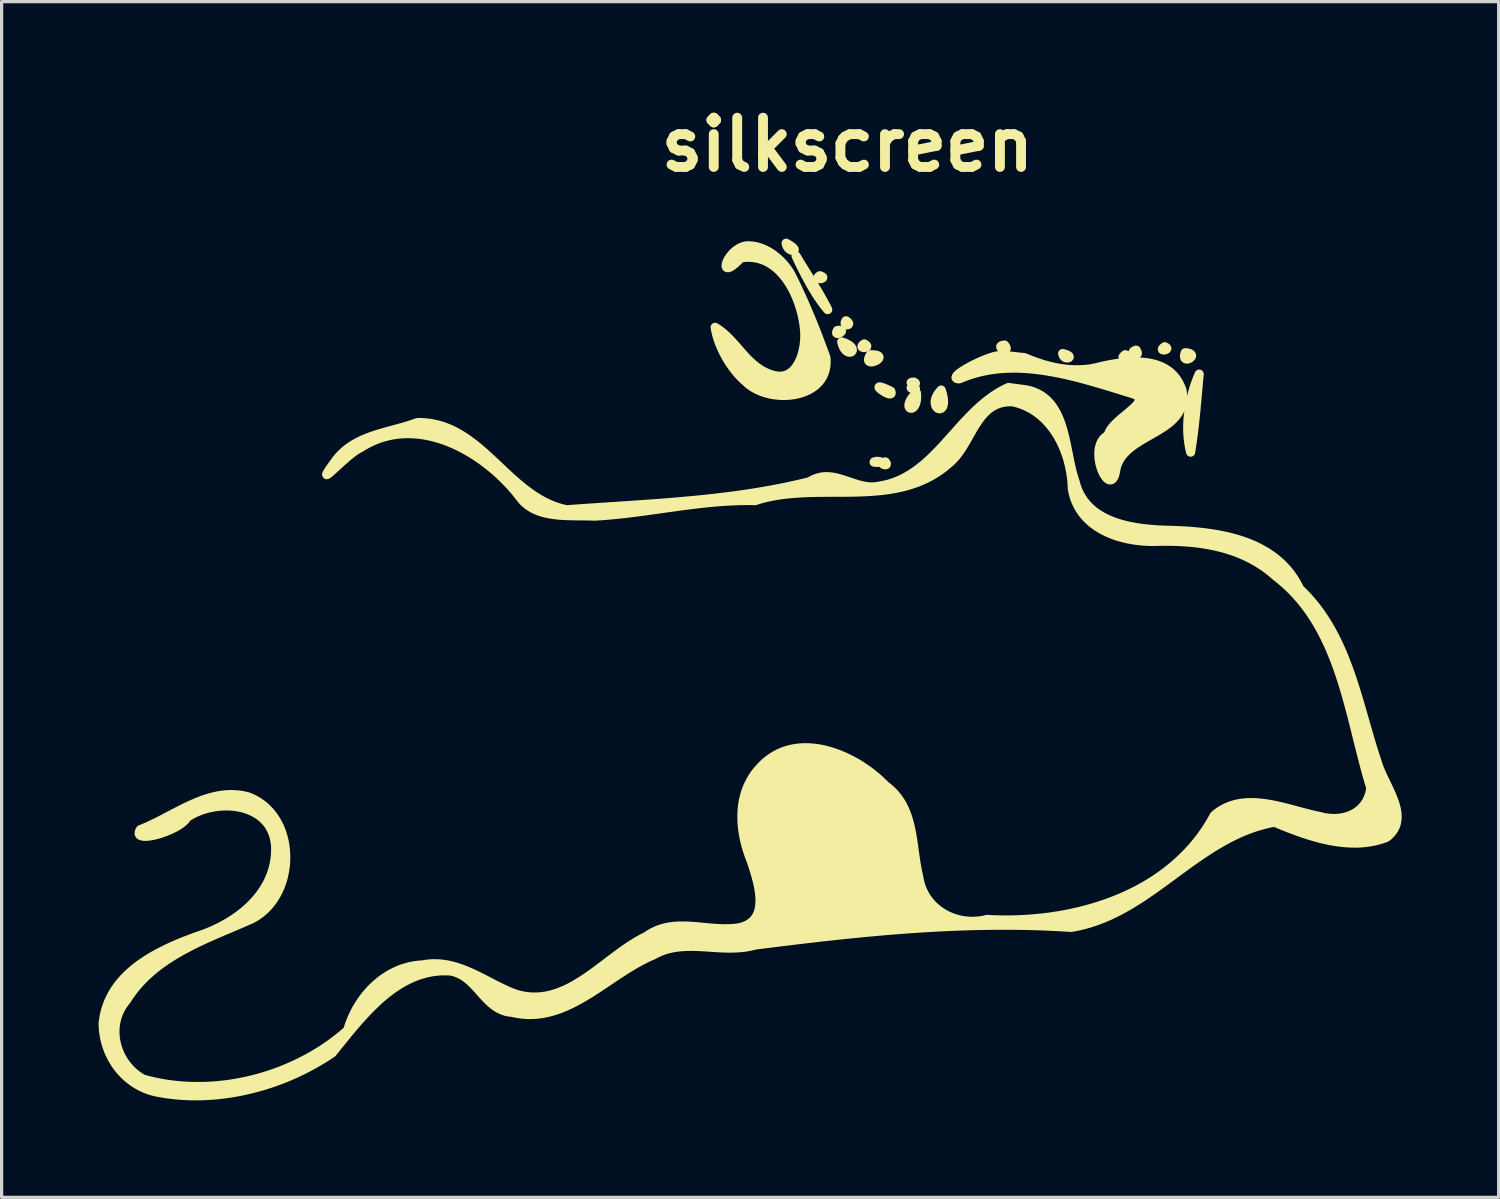
<source format=kicad_pcb>
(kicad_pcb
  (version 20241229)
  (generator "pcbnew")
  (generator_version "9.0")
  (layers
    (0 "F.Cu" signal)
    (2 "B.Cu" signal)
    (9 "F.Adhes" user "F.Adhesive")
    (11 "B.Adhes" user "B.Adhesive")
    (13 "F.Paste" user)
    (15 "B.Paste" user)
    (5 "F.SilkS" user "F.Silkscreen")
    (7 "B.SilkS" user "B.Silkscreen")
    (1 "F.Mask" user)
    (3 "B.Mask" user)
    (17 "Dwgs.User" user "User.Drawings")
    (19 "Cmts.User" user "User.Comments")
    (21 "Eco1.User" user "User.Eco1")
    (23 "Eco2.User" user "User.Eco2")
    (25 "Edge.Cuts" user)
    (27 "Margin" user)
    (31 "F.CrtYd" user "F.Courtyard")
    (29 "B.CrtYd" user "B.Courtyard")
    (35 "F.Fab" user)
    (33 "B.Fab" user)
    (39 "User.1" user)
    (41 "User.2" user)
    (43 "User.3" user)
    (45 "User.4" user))
  (footprint "silkscreen"
    (layer "F.Cu")
    (at 23.168 21.115)
    (property "Reference" "silkscreen" (at 0 -19.689 0) (layer "F.SilkS") (effects (font (size 1.524 1.524) (thickness 0.305))))
    (attr smd)
    (fp_poly (pts (xy -1.898 -16.641) (xy -3.035 -16.561) (xy -3.104 -16.56) (xy -3.171 -16.55) (xy -3.235 -16.533) (xy -3.296 -16.509) (xy -3.355 -16.478) (xy -3.411 -16.443) (xy -3.464 -16.404) (xy -3.512 -16.361) (xy -3.558 -16.316) (xy -3.599 -16.268) (xy -3.636 -16.221) (xy -3.668 -16.173) (xy -3.696 -16.126) (xy -3.718 -16.08) (xy -3.736 -16.038) (xy -3.748 -15.998) (xy -3.754 -15.963) (xy -3.755 -15.934) (xy -3.749 -15.91) (xy -3.737 -15.892) (xy -3.718 -15.883) (xy -3.692 -15.882) (xy -3.659 -15.891) (xy -3.619 -15.909) (xy -3.572 -15.939) (xy -3.516 -15.981) (xy -3.452 -16.035) (xy -3.381 -16.103) (xy -3.3 -16.186) (xy -3.197 -16.2) (xy -3.096 -16.206) (xy -2.998 -16.204) (xy -2.903 -16.196) (xy -2.81 -16.18) (xy -2.72 -16.158) (xy -2.633 -16.13) (xy -2.548 -16.096) (xy -2.466 -16.056) (xy -2.387 -16.01) (xy -2.311 -15.96) (xy -2.238 -15.904) (xy -2.167 -15.844) (xy -2.099 -15.78) (xy -2.034 -15.711) (xy -1.971 -15.639) (xy -1.912 -15.563) (xy -1.855 -15.484) (xy -1.801 -15.402) (xy -1.75 -15.317) (xy -1.701 -15.23) (xy -1.656 -15.141) (xy -1.613 -15.05) (xy -1.573 -14.957) (xy -1.536 -14.863) (xy -1.502 -14.768) (xy -1.471 -14.673) (xy -1.442 -14.577) (xy -1.417 -14.481) (xy -1.394 -14.384) (xy -1.374 -14.289) (xy -1.357 -14.194) (xy -1.343 -14.1) (xy -1.332 -14.007) (xy -1.324 -13.915) (xy -1.32 -13.832) (xy -1.32 -13.746) (xy -1.324 -13.656) (xy -1.331 -13.565) (xy -1.343 -13.474) (xy -1.359 -13.381) (xy -1.379 -13.29) (xy -1.403 -13.2) (xy -1.432 -13.112) (xy -1.465 -13.027) (xy -1.503 -12.946) (xy -1.546 -12.87) (xy -1.593 -12.8) (xy -1.646 -12.735) (xy -1.703 -12.678) (xy -1.765 -12.628) (xy -1.833 -12.588) (xy -1.906 -12.557) (xy -1.985 -12.536) (xy -2.069 -12.526) (xy -2.158 -12.529) (xy -2.253 -12.544) (xy -2.354 -12.572) (xy -2.458 -12.609) (xy -2.556 -12.653) (xy -2.649 -12.702) (xy -2.738 -12.757) (xy -2.822 -12.817) (xy -2.902 -12.882) (xy -2.98 -12.95) (xy -3.054 -13.021) (xy -3.127 -13.095) (xy -3.197 -13.171) (xy -3.267 -13.249) (xy -3.336 -13.328) (xy -3.404 -13.406) (xy -3.473 -13.485) (xy -3.543 -13.563) (xy -3.614 -13.64) (xy -3.686 -13.714) (xy -3.761 -13.787) (xy -3.839 -13.856) (xy -3.92 -13.921) (xy -4.005 -13.982) (xy -4.094 -14.039) (xy -4.077 -13.942) (xy -4.054 -13.844) (xy -4.027 -13.743) (xy -3.994 -13.642) (xy -3.957 -13.54) (xy -3.916 -13.438) (xy -3.87 -13.337) (xy -3.82 -13.236) (xy -3.766 -13.136) (xy -3.709 -13.037) (xy -3.648 -12.941) (xy -3.585 -12.847) (xy -3.518 -12.757) (xy -3.449 -12.669) (xy -3.377 -12.586) (xy -3.303 -12.507) (xy -3.227 -12.432) (xy -3.15 -12.363) (xy -3.089 -12.306) (xy -3.024 -12.254) (xy -2.955 -12.205) (xy -2.883 -12.16) (xy -2.807 -12.119) (xy -2.728 -12.082) (xy -2.646 -12.049) (xy -2.562 -12.02) (xy -2.475 -11.995) (xy -2.388 -11.974) (xy -2.299 -11.957) (xy -2.209 -11.945) (xy -2.118 -11.936) (xy -2.027 -11.931) (xy -1.936 -11.931) (xy -1.846 -11.934) (xy -1.756 -11.942) (xy -1.668 -11.954) (xy -1.581 -11.971) (xy -1.495 -11.991) (xy -1.412 -12.016) (xy -1.332 -12.045) (xy -1.254 -12.078) (xy -1.179 -12.116) (xy -1.109 -12.158) (xy -1.041 -12.204) (xy -0.979 -12.255) (xy -0.92 -12.31) (xy -0.867 -12.369) (xy -0.819 -12.433) (xy -0.777 -12.501) (xy -0.74 -12.574) (xy -0.71 -12.651) (xy -0.687 -12.733) (xy -0.671 -12.819) (xy -0.662 -12.91) (xy -0.66 -13.006) (xy -0.667 -13.106) (xy -0.704 -13.208) (xy -0.741 -13.31) (xy -0.779 -13.413) (xy -0.818 -13.516) (xy -0.857 -13.619) (xy -0.896 -13.723) (xy -0.937 -13.827) (xy -0.977 -13.931) (xy -1.018 -14.035) (xy -1.06 -14.139) (xy -1.102 -14.243) (xy -1.145 -14.347) (xy -1.189 -14.451) (xy -1.233 -14.555) (xy -1.277 -14.658) (xy -1.322 -14.762) (xy -1.367 -14.865) (xy -1.413 -14.968) (xy -1.46 -15.07) (xy -1.507 -15.172) (xy -1.555 -15.274) (xy -1.603 -15.375) (xy -1.651 -15.475) (xy -1.7 -15.575) (xy -1.75 -15.674) (xy -1.801 -15.759) (xy -1.857 -15.842) (xy -1.918 -15.923) (xy -1.984 -16.001) (xy -2.054 -16.076) (xy -2.129 -16.148) (xy -2.207 -16.216) (xy -2.288 -16.279) (xy -2.373 -16.337) (xy -2.461 -16.39) (xy -2.551 -16.437) (xy -2.644 -16.477) (xy -2.739 -16.51) (xy -2.836 -16.535) (xy -2.935 -16.552) (xy -3.035 -16.561) (xy -1.898 -16.641) (xy 4.858 -13.492) (xy 4.792 -13.479) (xy 4.754 -13.462) (xy 4.74 -13.441) (xy 4.746 -13.418) (xy 4.766 -13.397) (xy 4.795 -13.378) (xy 4.829 -13.364) (xy 4.862 -13.357) (xy 4.891 -13.359) (xy 4.909 -13.371) (xy 4.913 -13.396) (xy 4.898 -13.436) (xy 4.858 -13.492) (xy -1.898 -16.641) (xy 9.815 -13.439) (xy 9.76 -13.395) (xy 9.741 -13.364) (xy 9.748 -13.345) (xy 9.774 -13.338) (xy 9.809 -13.339) (xy 9.844 -13.349) (xy 9.871 -13.365) (xy 9.881 -13.387) (xy 9.865 -13.412) (xy 9.815 -13.439) (xy -1.898 -16.641) (xy 8.933 -13.333) (xy 8.868 -13.308) (xy 8.84 -13.279) (xy 8.838 -13.25) (xy 8.857 -13.224) (xy 8.887 -13.205) (xy 8.921 -13.197) (xy 8.95 -13.202) (xy 8.968 -13.224) (xy 8.964 -13.266) (xy 8.933 -13.333) (xy -1.898 -16.641) (xy 10.426 -13.129) (xy 10.436 -13.091) (xy 10.457 -13.068) (xy 10.484 -13.056) (xy 10.517 -13.056) (xy 10.551 -13.064) (xy 10.584 -13.08) (xy 10.612 -13.101) (xy 10.634 -13.125) (xy 10.645 -13.152) (xy 10.644 -13.179) (xy 10.627 -13.204) (xy 10.59 -13.226) (xy 10.532 -13.244) (xy 10.45 -13.254) (xy 10.43 -13.183) (xy 10.426 -13.129) (xy -1.898 -16.641) (xy 6.657 -13.227) (xy 6.675 -13.168) (xy 6.706 -13.126) (xy 6.744 -13.101) (xy 6.784 -13.09) (xy 6.821 -13.092) (xy 6.848 -13.102) (xy 6.861 -13.121) (xy 6.854 -13.145) (xy 6.821 -13.172) (xy 6.757 -13.2) (xy 6.657 -13.227) (xy -1.898 -16.641) (xy 8.598 -13.192) (xy 8.544 -13.149) (xy 8.525 -13.121) (xy 8.533 -13.104) (xy 8.559 -13.098) (xy 8.594 -13.101) (xy 8.63 -13.111) (xy 8.656 -13.127) (xy 8.666 -13.147) (xy 8.649 -13.169) (xy 8.598 -13.192) (xy -1.898 -16.641) (xy 4.726 -13.166) (xy 4.667 -13.161) (xy 4.598 -13.149) (xy 4.52 -13.129) (xy 4.435 -13.103) (xy 4.344 -13.071) (xy 4.249 -13.035) (xy 4.152 -12.994) (xy 4.054 -12.951) (xy 3.956 -12.905) (xy 3.86 -12.857) (xy 3.769 -12.808) (xy 3.682 -12.759) (xy 3.602 -12.711) (xy 3.531 -12.665) (xy 3.47 -12.621) (xy 3.421 -12.58) (xy 3.385 -12.542) (xy 3.363 -12.51) (xy 3.358 -12.483) (xy 3.371 -12.462) (xy 3.403 -12.448) (xy 3.456 -12.443) (xy 3.557 -12.485) (xy 3.659 -12.525) (xy 3.761 -12.561) (xy 3.864 -12.594) (xy 3.967 -12.624) (xy 4.07 -12.651) (xy 4.174 -12.676) (xy 4.278 -12.697) (xy 4.383 -12.716) (xy 4.487 -12.732) (xy 4.593 -12.745) (xy 4.698 -12.756) (xy 4.804 -12.765) (xy 4.909 -12.771) (xy 5.016 -12.775) (xy 5.122 -12.776) (xy 5.228 -12.776) (xy 5.335 -12.773) (xy 5.442 -12.768) (xy 5.548 -12.762) (xy 5.655 -12.753) (xy 5.762 -12.743) (xy 5.869 -12.731) (xy 5.976 -12.717) (xy 6.083 -12.702) (xy 6.19 -12.685) (xy 6.297 -12.667) (xy 6.404 -12.648) (xy 6.511 -12.627) (xy 6.618 -12.605) (xy 6.725 -12.582) (xy 6.831 -12.558) (xy 6.938 -12.533) (xy 7.044 -12.506) (xy 7.15 -12.48) (xy 7.255 -12.452) (xy 7.361 -12.423) (xy 7.466 -12.394) (xy 7.571 -12.365) (xy 7.676 -12.335) (xy 7.78 -12.304) (xy 7.884 -12.273) (xy 7.988 -12.242) (xy 8.091 -12.211) (xy 8.193 -12.18) (xy 8.296 -12.148) (xy 8.398 -12.117) (xy 8.499 -12.085) (xy 8.6 -12.054) (xy 8.701 -12.023) (xy 8.8 -11.993) (xy 8.881 -11.966) (xy 8.943 -11.936) (xy 8.989 -11.903) (xy 9.018 -11.868) (xy 9.032 -11.83) (xy 9.033 -11.79) (xy 9.021 -11.748) (xy 8.999 -11.703) (xy 8.966 -11.657) (xy 8.925 -11.609) (xy 8.876 -11.559) (xy 8.821 -11.508) (xy 8.761 -11.455) (xy 8.697 -11.401) (xy 8.631 -11.346) (xy 8.563 -11.29) (xy 8.494 -11.233) (xy 8.427 -11.175) (xy 8.362 -11.117) (xy 8.3 -11.058) (xy 8.243 -10.998) (xy 8.192 -10.938) (xy 8.148 -10.879) (xy 8.112 -10.819) (xy 8.085 -10.759) (xy 8.069 -10.7) (xy 8.008 -10.663) (xy 7.954 -10.62) (xy 7.909 -10.57) (xy 7.87 -10.514) (xy 7.839 -10.454) (xy 7.815 -10.389) (xy 7.797 -10.321) (xy 7.784 -10.25) (xy 7.778 -10.178) (xy 7.776 -10.103) (xy 7.779 -10.029) (xy 7.787 -9.954) (xy 7.799 -9.88) (xy 7.814 -9.808) (xy 7.833 -9.738) (xy 7.855 -9.671) (xy 7.879 -9.607) (xy 7.905 -9.548) (xy 7.934 -9.494) (xy 7.963 -9.446) (xy 7.994 -9.404) (xy 8.025 -9.37) (xy 8.057 -9.343) (xy 8.089 -9.326) (xy 8.12 -9.317) (xy 8.15 -9.319) (xy 8.179 -9.332) (xy 8.207 -9.356) (xy 8.232 -9.392) (xy 8.256 -9.441) (xy 8.276 -9.504) (xy 8.294 -9.581) (xy 8.308 -9.663) (xy 8.328 -9.742) (xy 8.354 -9.816) (xy 8.386 -9.887) (xy 8.422 -9.954) (xy 8.464 -10.019) (xy 8.51 -10.08) (xy 8.56 -10.139) (xy 8.614 -10.195) (xy 8.671 -10.249) (xy 8.731 -10.301) (xy 8.794 -10.351) (xy 8.86 -10.399) (xy 8.928 -10.445) (xy 8.998 -10.491) (xy 9.069 -10.535) (xy 9.141 -10.578) (xy 9.214 -10.621) (xy 9.288 -10.664) (xy 9.362 -10.706) (xy 9.435 -10.748) (xy 9.508 -10.79) (xy 9.581 -10.832) (xy 9.652 -10.876) (xy 9.722 -10.92) (xy 9.79 -10.964) (xy 9.856 -11.011) (xy 9.919 -11.058) (xy 9.98 -11.107) (xy 10.037 -11.158) (xy 10.091 -11.211) (xy 10.142 -11.267) (xy 10.188 -11.324) (xy 10.23 -11.385) (xy 10.267 -11.448) (xy 10.299 -11.514) (xy 10.325 -11.583) (xy 10.346 -11.656) (xy 10.361 -11.733) (xy 10.369 -11.814) (xy 10.371 -11.898) (xy 10.365 -11.987) (xy 10.353 -12.081) (xy 10.314 -12.186) (xy 10.27 -12.283) (xy 10.221 -12.372) (xy 10.166 -12.454) (xy 10.106 -12.529) (xy 10.041 -12.597) (xy 9.972 -12.658) (xy 9.899 -12.713) (xy 9.822 -12.762) (xy 9.741 -12.804) (xy 9.658 -12.842) (xy 9.571 -12.873) (xy 9.481 -12.9) (xy 9.389 -12.922) (xy 9.296 -12.939) (xy 9.2 -12.952) (xy 9.102 -12.961) (xy 9.004 -12.966) (xy 8.904 -12.968) (xy 8.804 -12.966) (xy 8.704 -12.961) (xy 8.603 -12.953) (xy 8.503 -12.943) (xy 8.403 -12.93) (xy 8.304 -12.916) (xy 8.206 -12.899) (xy 8.109 -12.882) (xy 8.014 -12.863) (xy 7.921 -12.843) (xy 7.83 -12.822) (xy 7.72 -12.794) (xy 7.609 -12.771) (xy 7.498 -12.752) (xy 7.388 -12.739) (xy 7.277 -12.73) (xy 7.167 -12.725) (xy 7.057 -12.725) (xy 6.947 -12.728) (xy 6.838 -12.735) (xy 6.729 -12.746) (xy 6.62 -12.761) (xy 6.512 -12.779) (xy 6.405 -12.8) (xy 6.298 -12.824) (xy 6.191 -12.851) (xy 6.085 -12.88) (xy 5.98 -12.912) (xy 5.876 -12.947) (xy 5.772 -12.983) (xy 5.669 -13.022) (xy 5.568 -13.062) (xy 5.467 -13.104) (xy 5.361 -13.113) (xy 5.255 -13.124) (xy 5.15 -13.137) (xy 5.044 -13.149) (xy 4.938 -13.158) (xy 4.832 -13.165) (xy 4.726 -13.166) (xy -1.898 -16.641) (xy 10.841 -12.495) (xy 10.802 -12.396) (xy 10.765 -12.295) (xy 10.73 -12.193) (xy 10.698 -12.089) (xy 10.669 -11.984) (xy 10.642 -11.878) (xy 10.618 -11.771) (xy 10.596 -11.664) (xy 10.577 -11.555) (xy 10.561 -11.447) (xy 10.548 -11.338) (xy 10.538 -11.229) (xy 10.531 -11.12) (xy 10.527 -11.012) (xy 10.526 -10.904) (xy 10.529 -10.797) (xy 10.535 -10.69) (xy 10.544 -10.585) (xy 10.557 -10.48) (xy 10.573 -10.377) (xy 10.593 -10.276) (xy 10.617 -10.176) (xy 10.635 -10.285) (xy 10.651 -10.393) (xy 10.667 -10.502) (xy 10.682 -10.612) (xy 10.697 -10.721) (xy 10.71 -10.831) (xy 10.723 -10.941) (xy 10.736 -11.051) (xy 10.748 -11.161) (xy 10.759 -11.271) (xy 10.77 -11.381) (xy 10.781 -11.491) (xy 10.792 -11.601) (xy 10.802 -11.712) (xy 10.812 -11.822) (xy 10.822 -11.932) (xy 10.832 -12.042) (xy 10.842 -12.153) (xy 10.852 -12.263) (xy 10.861 -12.373) (xy 10.872 -12.483) (xy 10.882 -12.592) (xy 10.841 -12.495) (xy -1.898 -16.641) (xy -1.881 -16.573) (xy 1.839 -9.425) (xy 1.754 -9.378) (xy 1.666 -9.335) (xy 1.577 -9.295) (xy 1.485 -9.258) (xy 1.392 -9.224) (xy 1.296 -9.194) (xy 1.198 -9.168) (xy 1.097 -9.146) (xy 0.994 -9.127) (xy 0.899 -9.11) (xy 0.805 -9.102) (xy 0.712 -9.102) (xy 0.619 -9.109) (xy 0.528 -9.123) (xy 0.437 -9.142) (xy 0.347 -9.164) (xy 0.258 -9.191) (xy 0.169 -9.219) (xy 0.08 -9.249) (xy -0.008 -9.279) (xy -0.096 -9.308) (xy -0.184 -9.336) (xy -0.272 -9.362) (xy -0.36 -9.384) (xy -0.448 -9.401) (xy -0.537 -9.413) (xy -0.625 -9.419) (xy -0.714 -9.417) (xy -0.804 -9.407) (xy -0.894 -9.387) (xy -0.985 -9.357) (xy -1.077 -9.316) (xy -1.169 -9.263) (xy -1.278 -9.236) (xy -1.386 -9.21) (xy -1.495 -9.184) (xy -1.604 -9.16) (xy -1.712 -9.136) (xy -1.821 -9.112) (xy -1.931 -9.089) (xy -2.04 -9.067) (xy -2.149 -9.046) (xy -2.258 -9.025) (xy -2.368 -9.004) (xy -2.478 -8.985) (xy -2.587 -8.965) (xy -2.697 -8.947) (xy -2.807 -8.929) (xy -2.917 -8.911) (xy -3.027 -8.894) (xy -3.137 -8.877) (xy -3.247 -8.861) (xy -3.357 -8.845) (xy -3.468 -8.83) (xy -3.578 -8.816) (xy -3.689 -8.801) (xy -3.799 -8.787) (xy -3.91 -8.774) (xy -4.02 -8.761) (xy -4.131 -8.748) (xy -4.242 -8.736) (xy -4.353 -8.724) (xy -4.463 -8.712) (xy -4.574 -8.701) (xy -4.685 -8.69) (xy -4.796 -8.679) (xy -4.907 -8.669) (xy -5.018 -8.659) (xy -5.129 -8.649) (xy -5.241 -8.639) (xy -5.352 -8.63) (xy -5.463 -8.621) (xy -5.574 -8.612) (xy -5.685 -8.603) (xy -5.797 -8.594) (xy -5.908 -8.586) (xy -6.019 -8.578) (xy -6.13 -8.57) (xy -6.242 -8.562) (xy -6.353 -8.554) (xy -6.464 -8.546) (xy -6.576 -8.539) (xy -6.687 -8.531) (xy -6.798 -8.524) (xy -6.91 -8.516) (xy -7.021 -8.509) (xy -7.132 -8.501) (xy -7.244 -8.494) (xy -7.355 -8.487) (xy -7.466 -8.479) (xy -7.578 -8.472) (xy -7.689 -8.465) (xy -7.8 -8.457) (xy -7.911 -8.45) (xy -8.022 -8.442) (xy -8.133 -8.435) (xy -8.245 -8.427) (xy -8.356 -8.419) (xy -8.467 -8.411) (xy -8.578 -8.403) (xy -8.689 -8.394) (xy -8.785 -8.416) (xy -8.879 -8.44) (xy -8.971 -8.468) (xy -9.062 -8.5) (xy -9.151 -8.534) (xy -9.238 -8.572) (xy -9.324 -8.612) (xy -9.409 -8.655) (xy -9.492 -8.7) (xy -9.574 -8.748) (xy -9.654 -8.798) (xy -9.734 -8.851) (xy -9.812 -8.905) (xy -9.889 -8.961) (xy -9.966 -9.019) (xy -10.041 -9.078) (xy -10.116 -9.139) (xy -10.19 -9.201) (xy -10.263 -9.264) (xy -10.336 -9.328) (xy -10.408 -9.393) (xy -10.48 -9.458) (xy -10.552 -9.525) (xy -10.623 -9.591) (xy -10.694 -9.658) (xy -10.765 -9.725) (xy -10.836 -9.792) (xy -10.907 -9.859) (xy -10.978 -9.925) (xy -11.049 -9.991) (xy -11.12 -10.057) (xy -11.192 -10.122) (xy -11.264 -10.186) (xy -11.336 -10.249) (xy -11.409 -10.31) (xy -11.483 -10.371) (xy -11.558 -10.43) (xy -11.633 -10.487) (xy -11.709 -10.543) (xy -11.785 -10.597) (xy -11.863 -10.649) (xy -11.942 -10.699) (xy -12.022 -10.746) (xy -12.103 -10.792) (xy -12.186 -10.834) (xy -12.27 -10.874) (xy -12.355 -10.911) (xy -12.442 -10.945) (xy -12.53 -10.976) (xy -12.62 -11.003) (xy -12.711 -11.028) (xy -12.805 -11.048) (xy -12.9 -11.065) (xy -12.997 -11.078) (xy -13.096 -11.087) (xy -13.198 -11.092) (xy -13.301 -11.093) (xy -13.399 -11.058) (xy -13.498 -11.025) (xy -13.598 -10.993) (xy -13.699 -10.963) (xy -13.8 -10.934) (xy -13.902 -10.906) (xy -14.004 -10.878) (xy -14.105 -10.851) (xy -14.207 -10.823) (xy -14.309 -10.795) (xy -14.41 -10.766) (xy -14.51 -10.736) (xy -14.61 -10.705) (xy -14.708 -10.671) (xy -14.805 -10.636) (xy -14.901 -10.598) (xy -14.996 -10.558) (xy -15.088 -10.514) (xy -15.179 -10.467) (xy -15.268 -10.417) (xy -15.354 -10.362) (xy -15.438 -10.304) (xy -15.52 -10.24) (xy -15.598 -10.172) (xy -15.674 -10.098) (xy -15.747 -10.019) (xy -15.816 -9.934) (xy -15.882 -9.842) (xy -15.946 -9.753) (xy -16 -9.677) (xy -16.042 -9.615) (xy -16.074 -9.566) (xy -16.096 -9.528) (xy -16.109 -9.502) (xy -16.113 -9.486) (xy -16.11 -9.48) (xy -16.098 -9.483) (xy -16.079 -9.494) (xy -16.054 -9.513) (xy -16.023 -9.538) (xy -15.987 -9.57) (xy -15.946 -9.607) (xy -15.9 -9.648) (xy -15.851 -9.693) (xy -15.798 -9.741) (xy -15.743 -9.792) (xy -15.685 -9.844) (xy -15.626 -9.897) (xy -15.566 -9.95) (xy -15.506 -10.003) (xy -15.445 -10.054) (xy -15.385 -10.103) (xy -15.327 -10.149) (xy -15.27 -10.192) (xy -15.215 -10.23) (xy -15.163 -10.264) (xy -15.114 -10.291) (xy -15.07 -10.312) (xy -14.978 -10.369) (xy -14.886 -10.422) (xy -14.792 -10.471) (xy -14.699 -10.516) (xy -14.604 -10.556) (xy -14.51 -10.592) (xy -14.414 -10.625) (xy -14.318 -10.653) (xy -14.222 -10.678) (xy -14.126 -10.699) (xy -14.029 -10.716) (xy -13.932 -10.73) (xy -13.835 -10.74) (xy -13.738 -10.746) (xy -13.64 -10.75) (xy -13.543 -10.749) (xy -13.445 -10.746) (xy -13.348 -10.739) (xy -13.25 -10.73) (xy -13.153 -10.717) (xy -13.056 -10.701) (xy -12.959 -10.682) (xy -12.863 -10.661) (xy -12.767 -10.636) (xy -12.671 -10.609) (xy -12.575 -10.58) (xy -12.48 -10.547) (xy -12.386 -10.513) (xy -12.292 -10.475) (xy -12.199 -10.436) (xy -12.106 -10.394) (xy -12.015 -10.35) (xy -11.923 -10.304) (xy -11.833 -10.255) (xy -11.744 -10.205) (xy -11.655 -10.153) (xy -11.568 -10.098) (xy -11.481 -10.042) (xy -11.396 -9.985) (xy -11.311 -9.925) (xy -11.228 -9.864) (xy -11.146 -9.802) (xy -11.065 -9.738) (xy -10.985 -9.673) (xy -10.907 -9.606) (xy -10.83 -9.538) (xy -10.755 -9.469) (xy -10.681 -9.399) (xy -10.609 -9.328) (xy -10.538 -9.255) (xy -10.468 -9.182) (xy -10.401 -9.108) (xy -10.335 -9.034) (xy -10.271 -8.958) (xy -10.209 -8.882) (xy -10.148 -8.806) (xy -10.09 -8.729) (xy -10.02 -8.651) (xy -9.945 -8.581) (xy -9.866 -8.52) (xy -9.782 -8.465) (xy -9.694 -8.417) (xy -9.602 -8.376) (xy -9.507 -8.34) (xy -9.409 -8.31) (xy -9.308 -8.285) (xy -9.205 -8.265) (xy -9.1 -8.248) (xy -8.993 -8.235) (xy -8.886 -8.225) (xy -8.777 -8.218) (xy -8.668 -8.213) (xy -8.56 -8.21) (xy -8.451 -8.208) (xy -8.343 -8.207) (xy -8.236 -8.206) (xy -8.131 -8.205) (xy -8.028 -8.204) (xy -7.926 -8.201) (xy -7.828 -8.197) (xy -7.717 -8.204) (xy -7.606 -8.211) (xy -7.495 -8.22) (xy -7.385 -8.229) (xy -7.274 -8.239) (xy -7.164 -8.25) (xy -7.053 -8.261) (xy -6.943 -8.273) (xy -6.832 -8.286) (xy -6.722 -8.299) (xy -6.612 -8.313) (xy -6.502 -8.327) (xy -6.391 -8.341) (xy -6.281 -8.356) (xy -6.171 -8.371) (xy -6.061 -8.386) (xy -5.951 -8.401) (xy -5.841 -8.417) (xy -5.73 -8.432) (xy -5.62 -8.448) (xy -5.51 -8.463) (xy -5.4 -8.479) (xy -5.29 -8.494) (xy -5.18 -8.509) (xy -5.07 -8.524) (xy -4.959 -8.538) (xy -4.849 -8.552) (xy -4.739 -8.565) (xy -4.629 -8.578) (xy -4.518 -8.591) (xy -4.408 -8.603) (xy -4.298 -8.614) (xy -4.187 -8.625) (xy -4.077 -8.635) (xy -3.966 -8.644) (xy -3.856 -8.652) (xy -3.745 -8.659) (xy -3.634 -8.665) (xy -3.523 -8.67) (xy -3.413 -8.675) (xy -3.302 -8.678) (xy -3.191 -8.68) (xy -3.08 -8.68) (xy -2.968 -8.679) (xy -2.857 -8.677) (xy -2.761 -8.708) (xy -2.665 -8.735) (xy -2.568 -8.761) (xy -2.47 -8.784) (xy -2.372 -8.805) (xy -2.273 -8.824) (xy -2.173 -8.841) (xy -2.074 -8.856) (xy -1.973 -8.869) (xy -1.873 -8.881) (xy -1.771 -8.891) (xy -1.67 -8.9) (xy -1.568 -8.908) (xy -1.466 -8.914) (xy -1.364 -8.92) (xy -1.261 -8.924) (xy -1.158 -8.928) (xy -1.055 -8.93) (xy -0.952 -8.932) (xy -0.849 -8.934) (xy -0.745 -8.935) (xy -0.642 -8.936) (xy -0.539 -8.936) (xy -0.435 -8.936) (xy -0.332 -8.937) (xy -0.228 -8.937) (xy -0.125 -8.937) (xy -0.022 -8.938) (xy 0.081 -8.939) (xy 0.184 -8.941) (xy 0.287 -8.943) (xy 0.389 -8.947) (xy 0.491 -8.95) (xy 0.593 -8.955) (xy 0.694 -8.961) (xy 0.796 -8.968) (xy 0.896 -8.976) (xy 0.997 -8.985) (xy 1.097 -8.996) (xy 1.196 -9.009) (xy 1.295 -9.023) (xy 1.393 -9.039) (xy 1.491 -9.057) (xy 1.588 -9.076) (xy 1.685 -9.098) (xy 1.781 -9.122) (xy 1.876 -9.149) (xy 1.97 -9.177) (xy 2.064 -9.209) (xy 2.157 -9.242) (xy 2.249 -9.279) (xy 2.34 -9.318) (xy 2.431 -9.361) (xy 2.52 -9.406) (xy 2.609 -9.454) (xy 2.696 -9.506) (xy 2.783 -9.561) (xy 2.869 -9.62) (xy 2.953 -9.682) (xy 3.037 -9.747) (xy 3.119 -9.817) (xy 3.189 -9.876) (xy 3.255 -9.94) (xy 3.318 -10.007) (xy 3.377 -10.078) (xy 3.434 -10.153) (xy 3.488 -10.23) (xy 3.541 -10.309) (xy 3.591 -10.39) (xy 3.641 -10.473) (xy 3.689 -10.556) (xy 3.737 -10.64) (xy 3.784 -10.724) (xy 3.832 -10.807) (xy 3.879 -10.89) (xy 3.928 -10.971) (xy 3.978 -11.051) (xy 4.029 -11.128) (xy 4.082 -11.203) (xy 4.137 -11.275) (xy 4.195 -11.343) (xy 4.256 -11.407) (xy 4.319 -11.467) (xy 4.387 -11.523) (xy 4.458 -11.572) (xy 4.534 -11.617) (xy 4.614 -11.655) (xy 4.699 -11.686) (xy 4.789 -11.71) (xy 4.886 -11.727) (xy 4.988 -11.736) (xy 5.096 -11.737) (xy 5.203 -11.713) (xy 5.306 -11.683) (xy 5.406 -11.648) (xy 5.503 -11.609) (xy 5.597 -11.564) (xy 5.687 -11.516) (xy 5.775 -11.462) (xy 5.859 -11.405) (xy 5.94 -11.343) (xy 6.018 -11.278) (xy 6.093 -11.209) (xy 6.164 -11.137) (xy 6.233 -11.061) (xy 6.298 -10.982) (xy 6.36 -10.901) (xy 6.419 -10.817) (xy 6.475 -10.73) (xy 6.528 -10.641) (xy 6.578 -10.549) (xy 6.625 -10.456) (xy 6.668 -10.361) (xy 6.709 -10.265) (xy 6.746 -10.167) (xy 6.781 -10.067) (xy 6.812 -9.967) (xy 6.84 -9.866) (xy 6.865 -9.764) (xy 6.887 -9.662) (xy 6.906 -9.56) (xy 6.922 -9.457) (xy 6.935 -9.355) (xy 6.945 -9.253) (xy 6.952 -9.151) (xy 6.955 -9.05) (xy 6.976 -8.942) (xy 7.002 -8.839) (xy 7.033 -8.739) (xy 7.07 -8.644) (xy 7.112 -8.553) (xy 7.158 -8.465) (xy 7.209 -8.382) (xy 7.265 -8.302) (xy 7.325 -8.227) (xy 7.388 -8.155) (xy 7.456 -8.087) (xy 7.527 -8.022) (xy 7.602 -7.961) (xy 7.679 -7.904) (xy 7.76 -7.85) (xy 7.844 -7.799) (xy 7.93 -7.752) (xy 8.018 -7.708) (xy 8.109 -7.668) (xy 8.201 -7.631) (xy 8.295 -7.596) (xy 8.391 -7.565) (xy 8.488 -7.538) (xy 8.587 -7.513) (xy 8.686 -7.491) (xy 8.786 -7.472) (xy 8.886 -7.455) (xy 8.987 -7.442) (xy 9.088 -7.431) (xy 9.188 -7.423) (xy 9.289 -7.418) (xy 9.389 -7.415) (xy 9.488 -7.415) (xy 9.586 -7.417) (xy 9.695 -7.419) (xy 9.804 -7.421) (xy 9.913 -7.421) (xy 10.022 -7.419) (xy 10.131 -7.417) (xy 10.24 -7.413) (xy 10.349 -7.407) (xy 10.458 -7.4) (xy 10.567 -7.392) (xy 10.675 -7.382) (xy 10.784 -7.37) (xy 10.891 -7.357) (xy 10.999 -7.341) (xy 11.106 -7.324) (xy 11.212 -7.305) (xy 11.318 -7.284) (xy 11.423 -7.261) (xy 11.528 -7.235) (xy 11.632 -7.208) (xy 11.735 -7.178) (xy 11.838 -7.146) (xy 11.939 -7.112) (xy 12.04 -7.075) (xy 12.14 -7.035) (xy 12.238 -6.994) (xy 12.336 -6.949) (xy 12.433 -6.902) (xy 12.528 -6.852) (xy 12.622 -6.799) (xy 12.715 -6.744) (xy 12.807 -6.685) (xy 12.898 -6.624) (xy 12.987 -6.559) (xy 13.074 -6.491) (xy 13.16 -6.421) (xy 13.245 -6.346) (xy 13.332 -6.279) (xy 13.417 -6.209) (xy 13.5 -6.138) (xy 13.58 -6.066) (xy 13.659 -5.993) (xy 13.735 -5.918) (xy 13.81 -5.841) (xy 13.882 -5.764) (xy 13.952 -5.685) (xy 14.021 -5.605) (xy 14.088 -5.523) (xy 14.152 -5.441) (xy 14.215 -5.357) (xy 14.277 -5.273) (xy 14.336 -5.187) (xy 14.394 -5.1) (xy 14.451 -5.012) (xy 14.505 -4.923) (xy 14.559 -4.833) (xy 14.61 -4.742) (xy 14.66 -4.651) (xy 14.709 -4.558) (xy 14.757 -4.465) (xy 14.803 -4.37) (xy 14.848 -4.275) (xy 14.891 -4.18) (xy 14.934 -4.083) (xy 14.975 -3.986) (xy 15.015 -3.888) (xy 15.054 -3.79) (xy 15.093 -3.691) (xy 15.13 -3.591) (xy 15.166 -3.491) (xy 15.201 -3.39) (xy 15.235 -3.289) (xy 15.269 -3.187) (xy 15.302 -3.086) (xy 15.334 -2.983) (xy 15.365 -2.88) (xy 15.396 -2.777) (xy 15.426 -2.674) (xy 15.455 -2.57) (xy 15.484 -2.467) (xy 15.513 -2.363) (xy 15.541 -2.258) (xy 15.569 -2.154) (xy 15.596 -2.05) (xy 15.623 -1.945) (xy 15.65 -1.841) (xy 15.676 -1.736) (xy 15.702 -1.631) (xy 15.728 -1.527) (xy 15.754 -1.422) (xy 15.78 -1.318) (xy 15.806 -1.214) (xy 15.832 -1.11) (xy 15.858 -1.006) (xy 15.885 -0.902) (xy 15.911 -0.799) (xy 15.937 -0.696) (xy 15.964 -0.593) (xy 15.991 -0.491) (xy 16.018 -0.389) (xy 16.046 -0.287) (xy 16.074 -0.186) (xy 16.103 -0.085) (xy 16.132 0.015) (xy 16.161 0.114) (xy 16.191 0.213) (xy 16.172 0.324) (xy 16.145 0.427) (xy 16.109 0.524) (xy 16.066 0.614) (xy 16.015 0.696) (xy 15.958 0.772) (xy 15.895 0.841) (xy 15.826 0.903) (xy 15.751 0.959) (xy 15.672 1.007) (xy 15.588 1.049) (xy 15.5 1.084) (xy 15.409 1.112) (xy 15.315 1.134) (xy 15.219 1.148) (xy 15.12 1.156) (xy 15.02 1.157) (xy 14.918 1.152) (xy 14.816 1.14) (xy 14.714 1.121) (xy 14.612 1.095) (xy 14.519 1.076) (xy 14.425 1.055) (xy 14.329 1.032) (xy 14.233 1.007) (xy 14.135 0.982) (xy 14.037 0.956) (xy 13.938 0.929) (xy 13.839 0.903) (xy 13.738 0.876) (xy 13.638 0.85) (xy 13.537 0.824) (xy 13.436 0.799) (xy 13.335 0.776) (xy 13.233 0.754) (xy 13.132 0.733) (xy 13.031 0.715) (xy 12.93 0.699) (xy 12.829 0.686) (xy 12.729 0.676) (xy 12.63 0.669) (xy 12.531 0.665) (xy 12.433 0.665) (xy 12.336 0.67) (xy 12.239 0.678) (xy 12.144 0.691) (xy 12.05 0.71) (xy 11.957 0.733) (xy 11.865 0.762) (xy 11.775 0.796) (xy 11.686 0.837) (xy 11.599 0.883) (xy 11.513 0.937) (xy 11.43 0.997) (xy 11.348 1.065) (xy 11.295 1.161) (xy 11.241 1.256) (xy 11.185 1.349) (xy 11.127 1.44) (xy 11.067 1.53) (xy 11.006 1.618) (xy 10.944 1.705) (xy 10.88 1.79) (xy 10.814 1.874) (xy 10.747 1.956) (xy 10.678 2.036) (xy 10.608 2.115) (xy 10.537 2.192) (xy 10.464 2.268) (xy 10.39 2.342) (xy 10.315 2.415) (xy 10.238 2.486) (xy 10.16 2.556) (xy 10.081 2.624) (xy 10.001 2.69) (xy 9.919 2.756) (xy 9.837 2.819) (xy 9.753 2.882) (xy 9.668 2.942) (xy 9.582 3.002) (xy 9.495 3.06) (xy 9.407 3.116) (xy 9.318 3.171) (xy 9.228 3.225) (xy 9.137 3.277) (xy 9.045 3.328) (xy 8.953 3.377) (xy 8.859 3.425) (xy 8.765 3.472) (xy 8.67 3.517) (xy 8.574 3.561) (xy 8.477 3.603) (xy 8.38 3.644) (xy 8.282 3.684) (xy 8.183 3.723) (xy 8.084 3.76) (xy 7.984 3.796) (xy 7.883 3.83) (xy 7.782 3.863) (xy 7.681 3.895) (xy 7.579 3.926) (xy 7.476 3.955) (xy 7.373 3.983) (xy 7.27 4.01) (xy 7.166 4.036) (xy 7.062 4.06) (xy 6.958 4.083) (xy 6.853 4.105) (xy 6.748 4.126) (xy 6.643 4.145) (xy 6.537 4.163) (xy 6.432 4.18) (xy 6.326 4.196) (xy 6.22 4.211) (xy 6.114 4.224) (xy 6.008 4.236) (xy 5.901 4.247) (xy 5.795 4.257) (xy 5.689 4.266) (xy 5.583 4.274) (xy 5.476 4.28) (xy 5.37 4.286) (xy 5.264 4.29) (xy 5.159 4.293) (xy 5.053 4.295) (xy 4.947 4.296) (xy 4.842 4.296) (xy 4.737 4.295) (xy 4.632 4.292) (xy 4.528 4.289) (xy 4.424 4.285) (xy 4.32 4.279) (xy 4.221 4.302) (xy 4.122 4.32) (xy 4.023 4.331) (xy 3.924 4.337) (xy 3.825 4.338) (xy 3.728 4.333) (xy 3.631 4.323) (xy 3.535 4.308) (xy 3.44 4.288) (xy 3.347 4.263) (xy 3.256 4.232) (xy 3.168 4.197) (xy 3.081 4.158) (xy 2.997 4.113) (xy 2.916 4.064) (xy 2.837 4.011) (xy 2.762 3.953) (xy 2.691 3.891) (xy 2.623 3.825) (xy 2.559 3.754) (xy 2.5 3.68) (xy 2.445 3.602) (xy 2.394 3.52) (xy 2.349 3.434) (xy 2.308 3.345) (xy 2.273 3.252) (xy 2.244 3.155) (xy 2.22 3.056) (xy 2.202 2.953) (xy 2.18 2.854) (xy 2.159 2.753) (xy 2.14 2.652) (xy 2.123 2.551) (xy 2.107 2.448) (xy 2.092 2.346) (xy 2.078 2.243) (xy 2.063 2.139) (xy 2.049 2.036) (xy 2.034 1.933) (xy 2.019 1.83) (xy 2.002 1.728) (xy 1.985 1.626) (xy 1.965 1.525) (xy 1.944 1.425) (xy 1.92 1.326) (xy 1.894 1.229) (xy 1.865 1.132) (xy 1.832 1.037) (xy 1.796 0.944) (xy 1.756 0.853) (xy 1.712 0.764) (xy 1.664 0.676) (xy 1.61 0.591) (xy 1.552 0.509) (xy 1.488 0.429) (xy 1.418 0.351) (xy 1.342 0.277) (xy 1.26 0.206) (xy 1.171 0.137) (xy 1.106 0.071) (xy 1.037 0.005) (xy 0.967 -0.06) (xy 0.894 -0.124) (xy 0.818 -0.186) (xy 0.741 -0.248) (xy 0.661 -0.308) (xy 0.58 -0.366) (xy 0.496 -0.423) (xy 0.411 -0.479) (xy 0.325 -0.532) (xy 0.237 -0.583) (xy 0.147 -0.632) (xy 0.056 -0.679) (xy -0.035 -0.724) (xy -0.128 -0.766) (xy -0.222 -0.806) (xy -0.317 -0.842) (xy -0.412 -0.876) (xy -0.508 -0.907) (xy -0.604 -0.935) (xy -0.701 -0.96) (xy -0.798 -0.981) (xy -0.895 -0.999) (xy -0.992 -1.013) (xy -1.089 -1.023) (xy -1.186 -1.03) (xy -1.282 -1.032) (xy -1.378 -1.031) (xy -1.473 -1.025) (xy -1.568 -1.015) (xy -1.662 -1) (xy -1.755 -0.981) (xy -1.847 -0.957) (xy -1.938 -0.929) (xy -2.028 -0.895) (xy -2.116 -0.856) (xy -2.203 -0.812) (xy -2.288 -0.763) (xy -2.372 -0.708) (xy -2.454 -0.648) (xy -2.534 -0.582) (xy -2.612 -0.51) (xy -2.689 -0.432) (xy -2.761 -0.352) (xy -2.828 -0.27) (xy -2.89 -0.186) (xy -2.946 -0.099) (xy -2.998 -0.011) (xy -3.044 0.079) (xy -3.086 0.17) (xy -3.123 0.263) (xy -3.156 0.358) (xy -3.184 0.454) (xy -3.208 0.551) (xy -3.228 0.648) (xy -3.243 0.747) (xy -3.255 0.847) (xy -3.262 0.947) (xy -3.266 1.048) (xy -3.266 1.15) (xy -3.263 1.251) (xy -3.256 1.353) (xy -3.246 1.455) (xy -3.233 1.557) (xy -3.216 1.659) (xy -3.196 1.76) (xy -3.174 1.861) (xy -3.149 1.962) (xy -3.121 2.062) (xy -3.09 2.161) (xy -3.057 2.259) (xy -3.021 2.357) (xy -2.984 2.453) (xy -2.958 2.53) (xy -2.931 2.611) (xy -2.904 2.695) (xy -2.877 2.782) (xy -2.85 2.872) (xy -2.824 2.963) (xy -2.799 3.056) (xy -2.776 3.149) (xy -2.756 3.244) (xy -2.738 3.338) (xy -2.724 3.433) (xy -2.713 3.526) (xy -2.707 3.618) (xy -2.705 3.709) (xy -2.709 3.797) (xy -2.718 3.883) (xy -2.733 3.966) (xy -2.755 4.046) (xy -2.784 4.122) (xy -2.821 4.193) (xy -2.866 4.26) (xy -2.919 4.321) (xy -2.982 4.377) (xy -3.054 4.426) (xy -3.135 4.469) (xy -3.228 4.505) (xy -3.331 4.534) (xy -3.432 4.549) (xy -3.533 4.56) (xy -3.635 4.566) (xy -3.737 4.569) (xy -3.839 4.568) (xy -3.942 4.565) (xy -4.044 4.56) (xy -4.147 4.553) (xy -4.25 4.544) (xy -4.352 4.535) (xy -4.455 4.525) (xy -4.557 4.515) (xy -4.659 4.506) (xy -4.761 4.497) (xy -4.863 4.49) (xy -4.964 4.485) (xy -5.065 4.483) (xy -5.165 4.483) (xy -5.265 4.487) (xy -5.364 4.494) (xy -5.463 4.505) (xy -5.561 4.522) (xy -5.658 4.543) (xy -5.755 4.57) (xy -5.85 4.603) (xy -5.945 4.643) (xy -6.039 4.69) (xy -6.132 4.744) (xy -6.224 4.806) (xy -6.309 4.848) (xy -6.394 4.893) (xy -6.479 4.941) (xy -6.563 4.991) (xy -6.646 5.043) (xy -6.73 5.096) (xy -6.813 5.152) (xy -6.896 5.209) (xy -6.978 5.268) (xy -7.061 5.328) (xy -7.143 5.388) (xy -7.225 5.45) (xy -7.308 5.512) (xy -7.39 5.574) (xy -7.472 5.637) (xy -7.555 5.699) (xy -7.637 5.761) (xy -7.72 5.823) (xy -7.803 5.885) (xy -7.886 5.945) (xy -7.97 6.004) (xy -8.054 6.063) (xy -8.138 6.12) (xy -8.223 6.175) (xy -8.308 6.228) (xy -8.394 6.28) (xy -8.48 6.329) (xy -8.567 6.376) (xy -8.654 6.42) (xy -8.742 6.462) (xy -8.831 6.5) (xy -8.92 6.536) (xy -9.011 6.568) (xy -9.102 6.596) (xy -9.194 6.621) (xy -9.287 6.642) (xy -9.381 6.658) (xy -9.476 6.67) (xy -9.572 6.678) (xy -9.669 6.681) (xy -9.767 6.679) (xy -9.866 6.672) (xy -9.967 6.659) (xy -10.069 6.641) (xy -10.172 6.617) (xy -10.276 6.588) (xy -10.372 6.551) (xy -10.468 6.511) (xy -10.563 6.469) (xy -10.658 6.425) (xy -10.753 6.379) (xy -10.847 6.332) (xy -10.942 6.284) (xy -11.036 6.235) (xy -11.131 6.186) (xy -11.226 6.137) (xy -11.321 6.089) (xy -11.416 6.041) (xy -11.511 5.995) (xy -11.607 5.95) (xy -11.704 5.906) (xy -11.801 5.865) (xy -11.899 5.827) (xy -11.997 5.791) (xy -12.096 5.759) (xy -12.196 5.73) (xy -12.297 5.705) (xy -12.399 5.684) (xy -12.502 5.668) (xy -12.606 5.657) (xy -12.712 5.651) (xy -12.818 5.65) (xy -12.926 5.656) (xy -13.036 5.668) (xy -13.147 5.687) (xy -13.252 5.694) (xy -13.356 5.706) (xy -13.458 5.723) (xy -13.559 5.744) (xy -13.658 5.771) (xy -13.755 5.801) (xy -13.851 5.836) (xy -13.944 5.875) (xy -14.036 5.919) (xy -14.126 5.966) (xy -14.213 6.017) (xy -14.298 6.071) (xy -14.382 6.129) (xy -14.463 6.191) (xy -14.541 6.255) (xy -14.617 6.323) (xy -14.691 6.393) (xy -14.762 6.467) (xy -14.831 6.543) (xy -14.897 6.621) (xy -14.961 6.702) (xy -15.021 6.785) (xy -15.079 6.871) (xy -15.134 6.958) (xy -15.186 7.047) (xy -15.235 7.138) (xy -15.281 7.23) (xy -15.323 7.324) (xy -15.363 7.419) (xy -15.399 7.515) (xy -15.432 7.612) (xy -15.462 7.71) (xy -15.542 7.78) (xy -15.624 7.849) (xy -15.707 7.917) (xy -15.791 7.983) (xy -15.876 8.048) (xy -15.962 8.112) (xy -16.05 8.174) (xy -16.138 8.235) (xy -16.228 8.295) (xy -16.318 8.353) (xy -16.41 8.409) (xy -16.502 8.465) (xy -16.596 8.519) (xy -16.69 8.571) (xy -16.785 8.622) (xy -16.881 8.672) (xy -16.978 8.72) (xy -17.075 8.767) (xy -17.174 8.812) (xy -17.273 8.856) (xy -17.373 8.898) (xy -17.473 8.939) (xy -17.574 8.979) (xy -17.676 9.017) (xy -17.778 9.053) (xy -17.881 9.088) (xy -17.984 9.121) (xy -18.088 9.153) (xy -18.192 9.183) (xy -18.297 9.211) (xy -18.402 9.238) (xy -18.507 9.264) (xy -18.613 9.288) (xy -18.719 9.31) (xy -18.825 9.33) (xy -18.932 9.349) (xy -19.038 9.367) (xy -19.145 9.383) (xy -19.253 9.397) (xy -19.36 9.409) (xy -19.467 9.42) (xy -19.575 9.429) (xy -19.682 9.436) (xy -19.79 9.442) (xy -19.897 9.446) (xy -20.004 9.448) (xy -20.112 9.449) (xy -20.219 9.448) (xy -20.326 9.445) (xy -20.433 9.44) (xy -20.54 9.434) (xy -20.646 9.426) (xy -20.753 9.416) (xy -20.859 9.404) (xy -20.964 9.391) (xy -21.07 9.376) (xy -21.175 9.359) (xy -21.279 9.34) (xy -21.383 9.319) (xy -21.487 9.297) (xy -21.59 9.272) (xy -21.693 9.246) (xy -21.795 9.218) (xy -21.883 9.166) (xy -21.966 9.109) (xy -22.045 9.048) (xy -22.12 8.982) (xy -22.19 8.913) (xy -22.256 8.839) (xy -22.318 8.763) (xy -22.375 8.683) (xy -22.427 8.601) (xy -22.474 8.515) (xy -22.516 8.428) (xy -22.553 8.339) (xy -22.585 8.247) (xy -22.611 8.155) (xy -22.632 8.061) (xy -22.648 7.966) (xy -22.658 7.871) (xy -22.662 7.775) (xy -22.661 7.679) (xy -22.653 7.584) (xy -22.64 7.489) (xy -22.621 7.394) (xy -22.595 7.301) (xy -22.563 7.209) (xy -22.524 7.118) (xy -22.479 7.03) (xy -22.428 6.943) (xy -22.37 6.859) (xy -22.305 6.778) (xy -22.244 6.683) (xy -22.18 6.591) (xy -22.115 6.501) (xy -22.047 6.414) (xy -21.977 6.33) (xy -21.904 6.248) (xy -21.83 6.169) (xy -21.754 6.091) (xy -21.676 6.016) (xy -21.596 5.944) (xy -21.515 5.873) (xy -21.432 5.804) (xy -21.347 5.737) (xy -21.261 5.672) (xy -21.173 5.609) (xy -21.085 5.548) (xy -20.994 5.488) (xy -20.903 5.43) (xy -20.81 5.373) (xy -20.717 5.318) (xy -20.622 5.264) (xy -20.526 5.211) (xy -20.43 5.16) (xy -20.333 5.109) (xy -20.235 5.06) (xy -20.137 5.012) (xy -20.037 4.964) (xy -19.938 4.917) (xy -19.838 4.871) (xy -19.738 4.826) (xy -19.637 4.782) (xy -19.537 4.737) (xy -19.436 4.694) (xy -19.335 4.65) (xy -19.234 4.607) (xy -19.133 4.565) (xy -19.033 4.522) (xy -18.933 4.479) (xy -18.833 4.437) (xy -18.733 4.394) (xy -18.634 4.351) (xy -18.536 4.308) (xy -18.438 4.265) (xy -18.356 4.221) (xy -18.277 4.172) (xy -18.202 4.121) (xy -18.129 4.065) (xy -18.06 4.006) (xy -17.995 3.944) (xy -17.932 3.879) (xy -17.873 3.811) (xy -17.817 3.74) (xy -17.765 3.667) (xy -17.716 3.591) (xy -17.67 3.513) (xy -17.627 3.433) (xy -17.588 3.351) (xy -17.552 3.267) (xy -17.519 3.181) (xy -17.49 3.095) (xy -17.464 3.007) (xy -17.442 2.917) (xy -17.423 2.827) (xy -17.407 2.737) (xy -17.394 2.645) (xy -17.385 2.553) (xy -17.38 2.461) (xy -17.378 2.369) (xy -17.379 2.277) (xy -17.384 2.185) (xy -17.392 2.094) (xy -17.403 2.003) (xy -17.418 1.913) (xy -17.437 1.824) (xy -17.459 1.736) (xy -17.484 1.649) (xy -17.513 1.563) (xy -17.545 1.479) (xy -17.581 1.397) (xy -17.621 1.317) (xy -17.663 1.239) (xy -17.71 1.163) (xy -17.76 1.089) (xy -17.813 1.019) (xy -17.87 0.95) (xy -17.931 0.885) (xy -17.995 0.823) (xy -18.062 0.764) (xy -18.134 0.708) (xy -18.208 0.656) (xy -18.287 0.608) (xy -18.369 0.564) (xy -18.454 0.523) (xy -18.543 0.487) (xy -18.65 0.461) (xy -18.755 0.441) (xy -18.86 0.428) (xy -18.964 0.42) (xy -19.067 0.417) (xy -19.17 0.42) (xy -19.272 0.427) (xy -19.373 0.44) (xy -19.474 0.456) (xy -19.574 0.477) (xy -19.673 0.502) (xy -19.772 0.53) (xy -19.871 0.561) (xy -19.969 0.595) (xy -20.066 0.633) (xy -20.163 0.672) (xy -20.26 0.714) (xy -20.357 0.758) (xy -20.453 0.803) (xy -20.548 0.85) (xy -20.644 0.898) (xy -20.739 0.947) (xy -20.834 0.996) (xy -20.929 1.046) (xy -21.024 1.096) (xy -21.118 1.145) (xy -21.213 1.195) (xy -21.307 1.243) (xy -21.402 1.29) (xy -21.496 1.336) (xy -21.59 1.38) (xy -21.685 1.423) (xy -21.779 1.463) (xy -21.874 1.501) (xy -21.903 1.556) (xy -21.915 1.601) (xy -21.911 1.638) (xy -21.892 1.667) (xy -21.859 1.688) (xy -21.813 1.702) (xy -21.757 1.708) (xy -21.691 1.708) (xy -21.617 1.702) (xy -21.536 1.69) (xy -21.45 1.672) (xy -21.359 1.65) (xy -21.265 1.623) (xy -21.17 1.591) (xy -21.075 1.555) (xy -20.981 1.516) (xy -20.889 1.474) (xy -20.802 1.429) (xy -20.719 1.382) (xy -20.644 1.333) (xy -20.576 1.282) (xy -20.518 1.23) (xy -20.47 1.177) (xy -20.434 1.123) (xy -20.36 1.075) (xy -20.282 1.03) (xy -20.202 0.989) (xy -20.119 0.951) (xy -20.034 0.917) (xy -19.947 0.886) (xy -19.858 0.858) (xy -19.768 0.834) (xy -19.677 0.814) (xy -19.585 0.797) (xy -19.492 0.784) (xy -19.399 0.775) (xy -19.305 0.769) (xy -19.212 0.768) (xy -19.119 0.77) (xy -19.027 0.776) (xy -18.935 0.786) (xy -18.845 0.801) (xy -18.756 0.819) (xy -18.669 0.841) (xy -18.584 0.868) (xy -18.501 0.898) (xy -18.421 0.933) (xy -18.343 0.972) (xy -18.269 1.016) (xy -18.197 1.064) (xy -18.13 1.116) (xy -18.066 1.173) (xy -18.006 1.234) (xy -17.95 1.3) (xy -17.899 1.37) (xy -17.853 1.445) (xy -17.812 1.525) (xy -17.777 1.609) (xy -17.747 1.698) (xy -17.723 1.792) (xy -17.705 1.891) (xy -17.693 1.995) (xy -17.69 2.105) (xy -17.693 2.213) (xy -17.7 2.319) (xy -17.712 2.423) (xy -17.728 2.525) (xy -17.75 2.625) (xy -17.775 2.724) (xy -17.805 2.82) (xy -17.839 2.915) (xy -17.877 3.008) (xy -17.918 3.099) (xy -17.964 3.187) (xy -18.013 3.274) (xy -18.065 3.359) (xy -18.121 3.442) (xy -18.18 3.523) (xy -18.242 3.602) (xy -18.308 3.678) (xy -18.375 3.753) (xy -18.446 3.826) (xy -18.519 3.897) (xy -18.595 3.965) (xy -18.672 4.032) (xy -18.752 4.096) (xy -18.834 4.159) (xy -18.918 4.219) (xy -19.004 4.277) (xy -19.091 4.333) (xy -19.18 4.387) (xy -19.27 4.438) (xy -19.361 4.488) (xy -19.453 4.535) (xy -19.547 4.58) (xy -19.641 4.623) (xy -19.736 4.664) (xy -19.831 4.702) (xy -19.927 4.739) (xy -20.023 4.773) (xy -20.12 4.804) (xy -20.213 4.839) (xy -20.307 4.874) (xy -20.402 4.91) (xy -20.497 4.947) (xy -20.592 4.985) (xy -20.687 5.024) (xy -20.782 5.065) (xy -20.877 5.107) (xy -20.972 5.15) (xy -21.066 5.194) (xy -21.159 5.24) (xy -21.252 5.287) (xy -21.344 5.335) (xy -21.435 5.385) (xy -21.525 5.437) (xy -21.614 5.49) (xy -21.701 5.545) (xy -21.787 5.602) (xy -21.871 5.661) (xy -21.953 5.721) (xy -22.033 5.783) (xy -22.111 5.847) (xy -22.187 5.913) (xy -22.261 5.981) (xy -22.332 6.051) (xy -22.401 6.123) (xy -22.467 6.198) (xy -22.53 6.274) (xy -22.59 6.353) (xy -22.647 6.434) (xy -22.7 6.517) (xy -22.751 6.603) (xy -22.797 6.692) (xy -22.84 6.782) (xy -22.879 6.876) (xy -22.915 6.972) (xy -22.946 7.07) (xy -22.973 7.171) (xy -22.995 7.275) (xy -23.013 7.382) (xy -23.027 7.492) (xy -23.024 7.596) (xy -23.017 7.701) (xy -23.004 7.804) (xy -22.987 7.907) (xy -22.966 8.008) (xy -22.94 8.109) (xy -22.91 8.207) (xy -22.875 8.304) (xy -22.836 8.399) (xy -22.792 8.492) (xy -22.745 8.583) (xy -22.694 8.671) (xy -22.639 8.757) (xy -22.579 8.84) (xy -22.517 8.921) (xy -22.45 8.998) (xy -22.38 9.071) (xy -22.306 9.142) (xy -22.229 9.208) (xy -22.148 9.271) (xy -22.064 9.33) (xy -21.977 9.385) (xy -21.887 9.435) (xy -21.793 9.481) (xy -21.697 9.522) (xy -21.598 9.559) (xy -21.496 9.59) (xy -21.391 9.616) (xy -21.286 9.636) (xy -21.18 9.654) (xy -21.074 9.671) (xy -20.968 9.685) (xy -20.861 9.698) (xy -20.754 9.709) (xy -20.647 9.718) (xy -20.54 9.725) (xy -20.432 9.73) (xy -20.325 9.734) (xy -20.217 9.736) (xy -20.109 9.736) (xy -20.001 9.734) (xy -19.893 9.731) (xy -19.785 9.725) (xy -19.677 9.719) (xy -19.569 9.71) (xy -19.462 9.7) (xy -19.354 9.688) (xy -19.246 9.674) (xy -19.139 9.659) (xy -19.031 9.643) (xy -18.924 9.624) (xy -18.818 9.604) (xy -18.711 9.583) (xy -18.605 9.56) (xy -18.499 9.535) (xy -18.393 9.509) (xy -18.288 9.482) (xy -18.183 9.453) (xy -18.078 9.422) (xy -17.974 9.39) (xy -17.871 9.357) (xy -17.768 9.322) (xy -17.665 9.286) (xy -17.563 9.248) (xy -17.462 9.209) (xy -17.361 9.169) (xy -17.261 9.127) (xy -17.162 9.084) (xy -17.063 9.04) (xy -16.965 8.994) (xy -16.868 8.947) (xy -16.772 8.899) (xy -16.676 8.849) (xy -16.581 8.798) (xy -16.487 8.746) (xy -16.394 8.693) (xy -16.302 8.639) (xy -16.211 8.583) (xy -16.121 8.527) (xy -16.032 8.469) (xy -15.944 8.41) (xy -15.881 8.333) (xy -15.819 8.255) (xy -15.756 8.177) (xy -15.692 8.098) (xy -15.627 8.018) (xy -15.562 7.938) (xy -15.496 7.857) (xy -15.43 7.776) (xy -15.363 7.696) (xy -15.295 7.615) (xy -15.226 7.535) (xy -15.157 7.454) (xy -15.087 7.375) (xy -15.016 7.296) (xy -14.944 7.218) (xy -14.871 7.14) (xy -14.798 7.064) (xy -14.723 6.989) (xy -14.648 6.915) (xy -14.571 6.842) (xy -14.494 6.771) (xy -14.415 6.702) (xy -14.335 6.634) (xy -14.255 6.569) (xy -14.173 6.505) (xy -14.09 6.444) (xy -14.006 6.385) (xy -13.921 6.329) (xy -13.835 6.275) (xy -13.747 6.224) (xy -13.658 6.176) (xy -13.568 6.13) (xy -13.476 6.088) (xy -13.384 6.049) (xy -13.29 6.014) (xy -13.194 5.982) (xy -13.097 5.954) (xy -12.999 5.929) (xy -12.899 5.909) (xy -12.798 5.892) (xy -12.695 5.88) (xy -12.591 5.872) (xy -12.485 5.869) (xy -12.378 5.87) (xy -12.269 5.876) (xy -12.171 5.899) (xy -12.078 5.93) (xy -11.991 5.968) (xy -11.908 6.013) (xy -11.83 6.064) (xy -11.755 6.119) (xy -11.684 6.179) (xy -11.616 6.243) (xy -11.55 6.309) (xy -11.485 6.378) (xy -11.422 6.447) (xy -11.36 6.518) (xy -11.297 6.588) (xy -11.234 6.658) (xy -11.171 6.725) (xy -11.106 6.791) (xy -11.039 6.853) (xy -10.97 6.912) (xy -10.897 6.966) (xy -10.822 7.015) (xy -10.742 7.058) (xy -10.658 7.094) (xy -10.568 7.123) (xy -10.474 7.143) (xy -10.373 7.155) (xy -10.266 7.178) (xy -10.161 7.196) (xy -10.056 7.209) (xy -9.953 7.218) (xy -9.851 7.221) (xy -9.75 7.22) (xy -9.649 7.215) (xy -9.55 7.205) (xy -9.451 7.192) (xy -9.354 7.174) (xy -9.257 7.153) (xy -9.161 7.128) (xy -9.066 7.1) (xy -8.971 7.069) (xy -8.877 7.035) (xy -8.784 6.998) (xy -8.692 6.958) (xy -8.6 6.916) (xy -8.508 6.871) (xy -8.417 6.825) (xy -8.327 6.776) (xy -8.236 6.726) (xy -8.147 6.674) (xy -8.057 6.62) (xy -7.968 6.566) (xy -7.88 6.51) (xy -7.791 6.453) (xy -7.703 6.395) (xy -7.615 6.337) (xy -7.527 6.279) (xy -7.439 6.22) (xy -7.351 6.161) (xy -7.264 6.102) (xy -7.176 6.043) (xy -7.088 5.985) (xy -7 5.928) (xy -6.913 5.871) (xy -6.825 5.815) (xy -6.736 5.761) (xy -6.648 5.707) (xy -6.559 5.655) (xy -6.47 5.605) (xy -6.381 5.557) (xy -6.291 5.51) (xy -6.201 5.466) (xy -6.111 5.424) (xy -6.02 5.385) (xy -5.924 5.333) (xy -5.826 5.287) (xy -5.728 5.248) (xy -5.63 5.215) (xy -5.531 5.187) (xy -5.431 5.164) (xy -5.331 5.146) (xy -5.23 5.133) (xy -5.129 5.123) (xy -5.027 5.116) (xy -4.925 5.113) (xy -4.823 5.112) (xy -4.72 5.114) (xy -4.617 5.117) (xy -4.514 5.122) (xy -4.411 5.128) (xy -4.307 5.135) (xy -4.203 5.142) (xy -4.1 5.148) (xy -3.996 5.155) (xy -3.892 5.16) (xy -3.788 5.164) (xy -3.684 5.166) (xy -3.58 5.166) (xy -3.476 5.163) (xy -3.372 5.158) (xy -3.269 5.149) (xy -3.166 5.137) (xy -3.063 5.12) (xy -2.96 5.099) (xy -2.858 5.073) (xy -2.747 5.058) (xy -2.637 5.044) (xy -2.526 5.03) (xy -2.416 5.017) (xy -2.305 5.003) (xy -2.195 4.989) (xy -2.084 4.975) (xy -1.974 4.962) (xy -1.863 4.948) (xy -1.752 4.935) (xy -1.642 4.921) (xy -1.531 4.908) (xy -1.421 4.895) (xy -1.31 4.882) (xy -1.199 4.869) (xy -1.089 4.856) (xy -0.978 4.843) (xy -0.867 4.831) (xy -0.756 4.818) (xy -0.646 4.806) (xy -0.535 4.794) (xy -0.424 4.782) (xy -0.313 4.77) (xy -0.202 4.758) (xy -0.092 4.746) (xy 0.019 4.735) (xy 0.13 4.724) (xy 0.241 4.713) (xy 0.352 4.702) (xy 0.463 4.691) (xy 0.574 4.68) (xy 0.684 4.67) (xy 0.795 4.66) (xy 0.906 4.65) (xy 1.017 4.64) (xy 1.128 4.63) (xy 1.239 4.621) (xy 1.35 4.612) (xy 1.461 4.603) (xy 1.572 4.594) (xy 1.683 4.586) (xy 1.794 4.577) (xy 1.905 4.569) (xy 2.017 4.562) (xy 2.128 4.554) (xy 2.239 4.547) (xy 2.35 4.54) (xy 2.461 4.533) (xy 2.572 4.526) (xy 2.683 4.52) (xy 2.794 4.514) (xy 2.905 4.509) (xy 3.017 4.503) (xy 3.128 4.498) (xy 3.239 4.493) (xy 3.35 4.489) (xy 3.461 4.484) (xy 3.573 4.481) (xy 3.684 4.477) (xy 3.795 4.474) (xy 3.906 4.471) (xy 4.018 4.468) (xy 4.129 4.466) (xy 4.24 4.464) (xy 4.351 4.462) (xy 4.463 4.461) (xy 4.574 4.46) (xy 4.685 4.459) (xy 4.797 4.459) (xy 4.908 4.459) (xy 5.019 4.459) (xy 5.131 4.46) (xy 5.242 4.461) (xy 5.353 4.463) (xy 5.465 4.464) (xy 5.576 4.467) (xy 5.687 4.469) (xy 5.799 4.473) (xy 5.91 4.476) (xy 6.022 4.48) (xy 6.133 4.484) (xy 6.244 4.489) (xy 6.356 4.494) (xy 6.467 4.5) (xy 6.579 4.506) (xy 6.69 4.512) (xy 6.802 4.519) (xy 6.913 4.526) (xy 7.018 4.508) (xy 7.122 4.488) (xy 7.225 4.465) (xy 7.327 4.439) (xy 7.428 4.412) (xy 7.527 4.382) (xy 7.626 4.35) (xy 7.723 4.316) (xy 7.82 4.28) (xy 7.915 4.242) (xy 8.01 4.202) (xy 8.104 4.161) (xy 8.197 4.117) (xy 8.29 4.072) (xy 8.381 4.026) (xy 8.472 3.978) (xy 8.562 3.928) (xy 8.652 3.878) (xy 8.741 3.826) (xy 8.829 3.773) (xy 8.917 3.718) (xy 9.005 3.663) (xy 9.092 3.607) (xy 9.178 3.55) (xy 9.264 3.492) (xy 9.35 3.433) (xy 9.436 3.374) (xy 9.521 3.314) (xy 9.606 3.253) (xy 9.69 3.193) (xy 9.775 3.131) (xy 9.859 3.07) (xy 9.944 3.008) (xy 10.028 2.946) (xy 10.112 2.884) (xy 10.196 2.822) (xy 10.281 2.76) (xy 10.365 2.699) (xy 10.449 2.637) (xy 10.534 2.576) (xy 10.619 2.515) (xy 10.704 2.455) (xy 10.789 2.395) (xy 10.874 2.336) (xy 10.96 2.278) (xy 11.046 2.22) (xy 11.133 2.163) (xy 11.22 2.107) (xy 11.308 2.052) (xy 11.396 1.998) (xy 11.484 1.945) (xy 11.573 1.894) (xy 11.663 1.843) (xy 11.753 1.794) (xy 11.844 1.747) (xy 11.936 1.7) (xy 12.029 1.656) (xy 12.122 1.613) (xy 12.216 1.572) (xy 12.311 1.533) (xy 12.407 1.495) (xy 12.504 1.46) (xy 12.601 1.426) (xy 12.7 1.395) (xy 12.8 1.366) (xy 12.901 1.339) (xy 13.003 1.314) (xy 13.106 1.292) (xy 13.21 1.272) (xy 13.307 1.312) (xy 13.406 1.353) (xy 13.505 1.393) (xy 13.605 1.433) (xy 13.707 1.472) (xy 13.809 1.511) (xy 13.912 1.549) (xy 14.016 1.586) (xy 14.12 1.622) (xy 14.226 1.656) (xy 14.331 1.689) (xy 14.438 1.72) (xy 14.544 1.75) (xy 14.651 1.778) (xy 14.759 1.803) (xy 14.866 1.827) (xy 14.974 1.848) (xy 15.082 1.867) (xy 15.19 1.883) (xy 15.298 1.896) (xy 15.406 1.906) (xy 15.514 1.913) (xy 15.621 1.917) (xy 15.729 1.918) (xy 15.836 1.915) (xy 15.942 1.908) (xy 16.048 1.897) (xy 16.154 1.882) (xy 16.259 1.864) (xy 16.363 1.84) (xy 16.467 1.813) (xy 16.57 1.78) (xy 16.672 1.743) (xy 16.752 1.677) (xy 16.82 1.607) (xy 16.877 1.535) (xy 16.922 1.46) (xy 16.957 1.383) (xy 16.982 1.305) (xy 16.997 1.224) (xy 17.005 1.141) (xy 17.004 1.057) (xy 16.997 0.971) (xy 16.983 0.885) (xy 16.963 0.797) (xy 16.938 0.708) (xy 16.908 0.619) (xy 16.874 0.529) (xy 16.838 0.439) (xy 16.798 0.349) (xy 16.757 0.259) (xy 16.715 0.169) (xy 16.672 0.08) (xy 16.629 -0.009) (xy 16.587 -0.097) (xy 16.546 -0.184) (xy 16.507 -0.27) (xy 16.471 -0.354) (xy 16.438 -0.437) (xy 16.409 -0.518) (xy 16.385 -0.598) (xy 16.352 -0.699) (xy 16.319 -0.801) (xy 16.286 -0.903) (xy 16.254 -1.005) (xy 16.223 -1.108) (xy 16.192 -1.211) (xy 16.161 -1.314) (xy 16.131 -1.418) (xy 16.101 -1.522) (xy 16.071 -1.626) (xy 16.041 -1.73) (xy 16.011 -1.834) (xy 15.981 -1.938) (xy 15.951 -2.043) (xy 15.921 -2.147) (xy 15.891 -2.252) (xy 15.861 -2.356) (xy 15.83 -2.46) (xy 15.799 -2.564) (xy 15.768 -2.668) (xy 15.736 -2.772) (xy 15.703 -2.876) (xy 15.671 -2.979) (xy 15.637 -3.082) (xy 15.603 -3.185) (xy 15.568 -3.287) (xy 15.532 -3.389) (xy 15.496 -3.49) (xy 15.458 -3.591) (xy 15.42 -3.692) (xy 15.381 -3.792) (xy 15.34 -3.891) (xy 15.299 -3.99) (xy 15.256 -4.088) (xy 15.212 -4.186) (xy 15.167 -4.283) (xy 15.12 -4.379) (xy 15.072 -4.474) (xy 15.023 -4.569) (xy 14.972 -4.662) (xy 14.92 -4.755) (xy 14.866 -4.847) (xy 14.81 -4.938) (xy 14.752 -5.028) (xy 14.693 -5.117) (xy 14.632 -5.205) (xy 14.569 -5.292) (xy 14.504 -5.378) (xy 14.437 -5.462) (xy 14.368 -5.546) (xy 14.297 -5.628) (xy 14.224 -5.709) (xy 14.148 -5.789) (xy 14.07 -5.867) (xy 13.99 -5.945) (xy 13.94 -6.045) (xy 13.887 -6.142) (xy 13.831 -6.235) (xy 13.772 -6.324) (xy 13.71 -6.41) (xy 13.645 -6.493) (xy 13.578 -6.572) (xy 13.508 -6.647) (xy 13.436 -6.72) (xy 13.361 -6.789) (xy 13.284 -6.855) (xy 13.205 -6.918) (xy 13.123 -6.978) (xy 13.04 -7.035) (xy 12.955 -7.089) (xy 12.867 -7.141) (xy 12.778 -7.19) (xy 12.688 -7.236) (xy 12.596 -7.28) (xy 12.502 -7.321) (xy 12.407 -7.36) (xy 12.31 -7.396) (xy 12.213 -7.43) (xy 12.114 -7.462) (xy 12.014 -7.492) (xy 11.913 -7.52) (xy 11.812 -7.546) (xy 11.709 -7.57) (xy 11.606 -7.592) (xy 11.502 -7.613) (xy 11.398 -7.632) (xy 11.293 -7.649) (xy 11.188 -7.664) (xy 11.083 -7.679) (xy 10.978 -7.691) (xy 10.873 -7.703) (xy 10.767 -7.713) (xy 10.662 -7.722) (xy 10.557 -7.73) (xy 10.452 -7.737) (xy 10.348 -7.743) (xy 10.244 -7.748) (xy 10.141 -7.752) (xy 10.038 -7.756) (xy 9.937 -7.759) (xy 9.836 -7.761) (xy 9.738 -7.765) (xy 9.639 -7.77) (xy 9.539 -7.776) (xy 9.438 -7.784) (xy 9.336 -7.793) (xy 9.234 -7.803) (xy 9.132 -7.815) (xy 9.029 -7.829) (xy 8.927 -7.845) (xy 8.825 -7.863) (xy 8.724 -7.883) (xy 8.623 -7.906) (xy 8.524 -7.93) (xy 8.426 -7.958) (xy 8.329 -7.988) (xy 8.233 -8.022) (xy 8.14 -8.058) (xy 8.049 -8.097) (xy 7.96 -8.14) (xy 7.873 -8.186) (xy 7.789 -8.236) (xy 7.708 -8.289) (xy 7.63 -8.346) (xy 7.556 -8.408) (xy 7.485 -8.473) (xy 7.418 -8.542) (xy 7.354 -8.616) (xy 7.295 -8.695) (xy 7.241 -8.778) (xy 7.191 -8.866) (xy 7.145 -8.959) (xy 7.105 -9.057) (xy 7.07 -9.16) (xy 7.041 -9.268) (xy 7.013 -9.351) (xy 6.987 -9.437) (xy 6.962 -9.525) (xy 6.939 -9.615) (xy 6.917 -9.707) (xy 6.897 -9.801) (xy 6.876 -9.896) (xy 6.857 -9.992) (xy 6.837 -10.09) (xy 6.818 -10.187) (xy 6.798 -10.285) (xy 6.778 -10.384) (xy 6.757 -10.482) (xy 6.736 -10.579) (xy 6.713 -10.676) (xy 6.688 -10.772) (xy 6.662 -10.867) (xy 6.634 -10.961) (xy 6.604 -11.052) (xy 6.571 -11.142) (xy 6.536 -11.23) (xy 6.498 -11.315) (xy 6.457 -11.397) (xy 6.412 -11.477) (xy 6.364 -11.553) (xy 6.312 -11.626) (xy 6.256 -11.695) (xy 6.196 -11.759) (xy 6.131 -11.82) (xy 6.062 -11.876) (xy 5.987 -11.928) (xy 5.907 -11.974) (xy 5.821 -12.015) (xy 5.73 -12.051) (xy 5.633 -12.08) (xy 5.53 -12.104) (xy 5.42 -12.119) (xy 5.31 -12.134) (xy 5.201 -12.148) (xy 5.091 -12.163) (xy 4.982 -12.178) (xy 4.89 -12.135) (xy 4.801 -12.09) (xy 4.714 -12.041) (xy 4.629 -11.99) (xy 4.545 -11.936) (xy 4.463 -11.879) (xy 4.383 -11.821) (xy 4.304 -11.76) (xy 4.226 -11.697) (xy 4.15 -11.632) (xy 4.075 -11.566) (xy 4.001 -11.498) (xy 3.928 -11.428) (xy 3.856 -11.357) (xy 3.785 -11.285) (xy 3.715 -11.212) (xy 3.645 -11.138) (xy 3.576 -11.064) (xy 3.507 -10.988) (xy 3.439 -10.913) (xy 3.371 -10.837) (xy 3.303 -10.761) (xy 3.235 -10.684) (xy 3.167 -10.608) (xy 3.099 -10.533) (xy 3.031 -10.457) (xy 2.963 -10.382) (xy 2.894 -10.308) (xy 2.824 -10.235) (xy 2.755 -10.163) (xy 2.684 -10.092) (xy 2.613 -10.022) (xy 2.541 -9.953) (xy 2.468 -9.887) (xy 2.394 -9.821) (xy 2.319 -9.758) (xy 2.242 -9.697) (xy 2.165 -9.637) (xy 2.086 -9.581) (xy 2.005 -9.526) (xy 1.923 -9.474) (xy 1.839 -9.425) (xy -1.881 -16.573) (xy 0.916 -9.894) (xy 0.856 -9.883) (xy 0.827 -9.875) (xy 0.824 -9.869) (xy 0.84 -9.864) (xy 0.87 -9.862) (xy 0.908 -9.861) (xy 0.948 -9.862) (xy 0.985 -9.864) (xy 1.012 -9.868) (xy 1.025 -9.873) (xy 1.017 -9.879) (xy 0.983 -9.886) (xy 0.916 -9.894) (xy -1.881 -16.573) (xy 1.172 -9.876) (xy 1.11 -9.853) (xy 1.093 -9.828) (xy 1.108 -9.805) (xy 1.139 -9.79) (xy 1.175 -9.785) (xy 1.201 -9.795) (xy 1.204 -9.824) (xy 1.172 -9.876) (xy -1.881 -16.573) (xy -1.852 -16.517) (xy -1.544 -16.149) (xy -1.498 -16.052) (xy -1.451 -15.954) (xy -1.402 -15.855) (xy -1.351 -15.755) (xy -1.3 -15.655) (xy -1.247 -15.556) (xy -1.193 -15.457) (xy -1.138 -15.359) (xy -1.082 -15.262) (xy -1.025 -15.167) (xy -0.968 -15.074) (xy -0.909 -14.984) (xy -0.851 -14.897) (xy -0.791 -14.813) (xy -0.731 -14.733) (xy -0.671 -14.657) (xy -0.61 -14.586) (xy -0.658 -14.681) (xy -0.708 -14.776) (xy -0.759 -14.87) (xy -0.811 -14.963) (xy -0.864 -15.056) (xy -0.918 -15.149) (xy -0.973 -15.24) (xy -1.029 -15.332) (xy -1.085 -15.423) (xy -1.141 -15.514) (xy -1.197 -15.605) (xy -1.254 -15.696) (xy -1.311 -15.787) (xy -1.367 -15.878) (xy -1.423 -15.969) (xy -1.479 -16.06) (xy -1.534 -16.152) (xy -1.589 -16.244) (xy -1.544 -16.149) (xy -1.852 -16.517) (xy -0.31 -13.942) (xy -0.335 -13.889) (xy -0.335 -13.859) (xy -0.316 -13.846) (xy -0.286 -13.848) (xy -0.251 -13.861) (xy -0.218 -13.881) (xy -0.193 -13.903) (xy -0.183 -13.924) (xy -0.194 -13.94) (xy -0.235 -13.947) (xy -0.31 -13.942) (xy -1.852 -16.517) (xy -0.152 -13.497) (xy -0.121 -13.423) (xy -0.085 -13.365) (xy -0.047 -13.321) (xy -0.008 -13.291) (xy 0.03 -13.273) (xy 0.066 -13.267) (xy 0.098 -13.271) (xy 0.124 -13.283) (xy 0.143 -13.303) (xy 0.152 -13.329) (xy 0.151 -13.361) (xy 0.137 -13.396) (xy 0.109 -13.434) (xy 0.065 -13.474) (xy 0.004 -13.513) (xy -0.076 -13.552) (xy -0.178 -13.589) (xy -0.152 -13.497) (xy -1.852 -16.517) (xy -1.814 -16.474) (xy -0.857 -15.635) (xy -0.904 -15.595) (xy -0.916 -15.567) (xy -0.901 -15.551) (xy -0.869 -15.544) (xy -0.83 -15.545) (xy -0.793 -15.553) (xy -0.767 -15.568) (xy -0.763 -15.587) (xy -0.79 -15.61) (xy -0.857 -15.635) (xy -1.814 -16.474) (xy 2.734 -11.842) (xy 2.719 -11.786) (xy 2.713 -11.734) (xy 2.714 -11.686) (xy 2.722 -11.644) (xy 2.736 -11.607) (xy 2.754 -11.576) (xy 2.776 -11.551) (xy 2.8 -11.532) (xy 2.826 -11.521) (xy 2.853 -11.517) (xy 2.879 -11.522) (xy 2.904 -11.535) (xy 2.926 -11.556) (xy 2.946 -11.587) (xy 2.96 -11.628) (xy 2.97 -11.678) (xy 2.972 -11.739) (xy 2.968 -11.812) (xy 2.955 -11.895) (xy 2.933 -11.991) (xy 2.9 -12.099) (xy 2.841 -12.03) (xy 2.794 -11.965) (xy 2.759 -11.902) (xy 2.734 -11.842) (xy -1.814 -16.474) (xy -1.772 -16.443) (xy 2.054 -12.345) (xy 1.99 -12.339) (xy 1.97 -12.329) (xy 1.98 -12.318) (xy 2.01 -12.308) (xy 2.048 -12.301) (xy 2.082 -12.299) (xy 2.103 -12.304) (xy 2.097 -12.319) (xy 2.054 -12.345) (xy -1.772 -16.443) (xy -1.731 -16.423) (xy 0.969 -13.136) (xy 0.949 -13.154) (xy 0.915 -13.17) (xy 0.865 -13.182) (xy 0.798 -13.189) (xy 0.713 -13.192) (xy 0.679 -13.132) (xy 0.659 -13.082) (xy 0.651 -13.042) (xy 0.654 -13.012) (xy 0.667 -12.99) (xy 0.687 -12.976) (xy 0.713 -12.969) (xy 0.744 -12.968) (xy 0.778 -12.972) (xy 0.814 -12.981) (xy 0.85 -12.995) (xy 0.884 -13.011) (xy 0.915 -13.03) (xy 0.941 -13.051) (xy 0.961 -13.073) (xy 0.974 -13.095) (xy 0.977 -13.116) (xy 0.969 -13.136) (xy -1.731 -16.423) (xy 2.054 -12.178) (xy 1.991 -12.174) (xy 1.971 -12.165) (xy 1.981 -12.155) (xy 2.011 -12.145) (xy 2.048 -12.137) (xy 2.083 -12.135) (xy 2.103 -12.139) (xy 2.097 -12.153) (xy 2.054 -12.178) (xy -1.731 -16.423) (xy 2.058 -11.93) (xy 1.999 -11.856) (xy 1.955 -11.789) (xy 1.926 -11.729) (xy 1.908 -11.676) (xy 1.901 -11.631) (xy 1.903 -11.594) (xy 1.914 -11.565) (xy 1.931 -11.545) (xy 1.953 -11.535) (xy 1.978 -11.534) (xy 2.006 -11.542) (xy 2.034 -11.561) (xy 2.062 -11.591) (xy 2.088 -11.631) (xy 2.11 -11.683) (xy 2.127 -11.747) (xy 2.137 -11.822) (xy 2.14 -11.91) (xy 2.133 -12.01) (xy 2.058 -11.93) (xy -1.731 -16.423) (xy -1.693 -16.414) (xy -0.045 -14.242) (xy -0.073 -14.179) (xy -0.067 -14.139) (xy -0.039 -14.118) (xy -0.003 -14.115) (xy 0.027 -14.128) (xy 0.039 -14.155) (xy 0.019 -14.193) (xy -0.045 -14.242) (xy -1.693 -16.414) (xy 0.597 -13.464) (xy 0.574 -13.493) (xy 0.519 -13.527) (xy 0.468 -13.486) (xy 0.448 -13.454) (xy 0.453 -13.431) (xy 0.475 -13.418) (xy 0.507 -13.412) (xy 0.543 -13.415) (xy 0.574 -13.425) (xy 0.594 -13.441) (xy 0.597 -13.464) (xy -1.693 -16.414) (xy 1.238 -12.11) (xy 1.156 -12.146) (xy 1.091 -12.171) (xy 1.042 -12.187) (xy 1.007 -12.194) (xy 0.986 -12.195) (xy 0.977 -12.189) (xy 0.978 -12.177) (xy 0.988 -12.162) (xy 1.007 -12.142) (xy 1.032 -12.121) (xy 1.062 -12.098) (xy 1.096 -12.074) (xy 1.132 -12.051) (xy 1.17 -12.029) (xy 1.208 -12.01) (xy 1.244 -11.995) (xy 1.277 -11.983) (xy 1.305 -11.977) (xy 1.329 -11.978) (xy 1.345 -11.986) (xy 1.353 -12.002) (xy 1.352 -12.027) (xy 1.339 -12.063) (xy 1.238 -12.11) (xy -1.693 -16.414) (xy -1.664 -16.417) (xy -1.648 -16.429) (xy -1.648 -16.452) (xy -1.669 -16.485) (xy -1.714 -16.528) (xy -1.789 -16.58) (xy -1.898 -16.641)) (stroke (width 0.282) (type solid)) (fill yes) (layer "F.SilkS")))
  (gr_rect
    (start -3 -3)
    (end 43.314 33.992)
    (stroke (width 0.1) (type default))
    (fill no)
    (layer "Edge.Cuts")))
</source>
